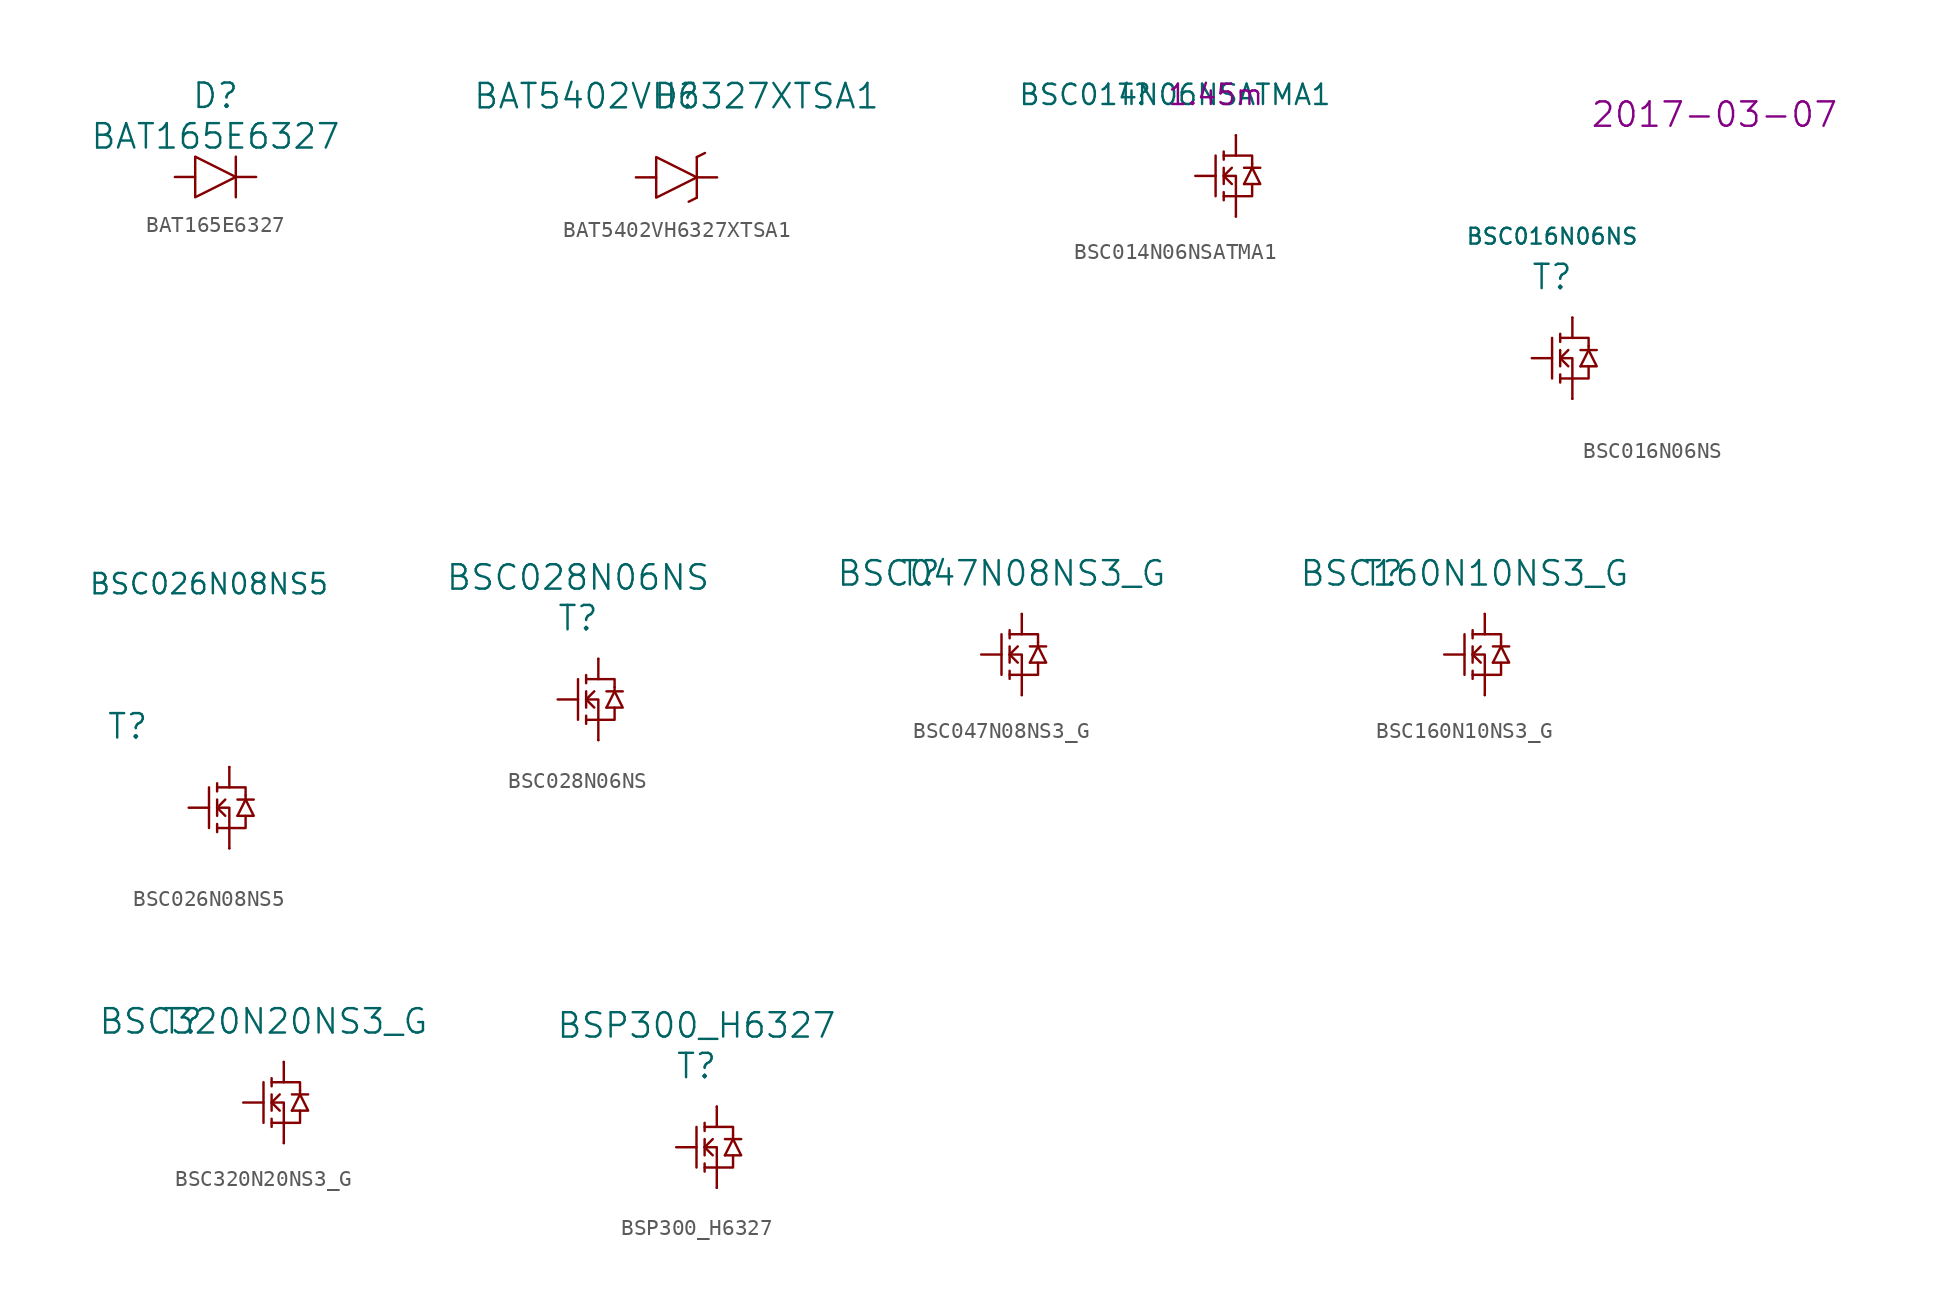
<source format=kicad_sym>
(kicad_symbol_lib
  (version 20220914)
  (generator kicad_symbol_editor)
  (symbol "BAT165E6327"
    (pin_numbers hide)
    (pin_names
      (offset 1.016) hide)
    (property "Reference" "D"
      (at 0 5.08 0)
      (effects (font (size 1.524 1.524))))
    (property "Value" "BAT165E6327"
      (at 0 2.54 0)
      (effects (font (size 1.524 1.524))))
    (property "Footprint" ""
      (at 0 0 0)
      (effects (font (size 1.524 1.524))))
    (property "Datasheet" ""
      (at 0 0 0)
      (effects (font (size 1.524 1.524))))
    (symbol "BAT165E6327_0_1"
      (polyline (pts (xy 1.27 1.27) (xy 1.27 -1.27)) (stroke (width 0) (type solid)) (fill (type none)))
      (polyline (pts (xy -1.27 0) (xy -1.27 1.27) (xy 1.27 0) (xy -1.27 -1.27) (xy -1.27 0)) (stroke (width 0) (type solid)) (fill (type none))))
    (symbol "BAT165E6327_1_1"
      (pin input line (at -2.54 0 0) (length 1.27) (name "A" (effects (font (size 1.27 1.27)))) (number "A" (effects (font (size 1.27 1.27)))))
      (pin input line (at 2.54 0 180) (length 1.27) (name "C" (effects (font (size 1.27 1.27)))) (number "C" (effects (font (size 1.27 1.27)))))))
  (symbol "BAT5402VH6327XTSA1"
    (pin_numbers hide)
    (pin_names
      (offset 1.016) hide)
    (property "Reference" "D"
      (at 0 5.08 0)
      (effects (font (size 1.524 1.524))))
    (property "Value" "BAT5402VH6327XTSA1"
      (at 0 5.08 0)
      (effects (font (size 1.524 1.524))))
    (symbol "BAT5402VH6327XTSA1_0_1"
      (polyline (pts (xy 1.27 -1.27) (xy 0.762 -1.524)) (stroke (width 0) (type solid)) (fill (type none)))
      (polyline (pts (xy 1.27 1.27) (xy 1.27 -1.27)) (stroke (width 0) (type solid)) (fill (type none)))
      (polyline (pts (xy 1.778 1.524) (xy 1.27 1.27)) (stroke (width 0) (type solid)) (fill (type none)))
      (polyline (pts (xy -1.27 0) (xy -1.27 1.27) (xy 1.27 0) (xy -1.27 -1.27) (xy -1.27 0)) (stroke (width 0) (type solid)) (fill (type none))))
    (symbol "BAT5402VH6327XTSA1_1_1"
      (pin passive line (at -2.54 0 0) (length 1.27) (name "A" (effects (font (size 1.27 1.27)))) (number "A" (effects (font (size 1.27 1.27)))))
      (pin passive line (at 2.54 0 180) (length 1.27) (name "C" (effects (font (size 1.27 1.27)))) (number "C" (effects (font (size 1.27 1.27)))))))
  (symbol "BSC014N06NSATMA1"
    (pin_numbers hide)
    (pin_names
      (offset 1.016) hide)
    (property "Reference" "T"
      (at -6.35 5.08 0)
      (effects (font (size 1.27 1.27))))
    (property "Value" "BSC014N06NSATMA1"
      (at -3.81 5.08 0)
      (effects (font (size 1.27 1.27))))
    (property "RDS" "1.45m"
      (at -1.27 5.08 0)
      (effects (font (size 1.27 1.27))))
    (symbol "BSC014N06NSATMA1_0_1"
      (polyline (pts (xy -1.27 1.27) (xy -1.27 -1.27)) (stroke (width 0) (type solid)) (fill (type none)))
      (polyline (pts (xy -0.762 -1.016) (xy -0.762 -1.524)) (stroke (width 0) (type solid)) (fill (type none)))
      (polyline (pts (xy -0.762 0) (xy -0.254 -0.508)) (stroke (width 0) (type solid)) (fill (type none)))
      (polyline (pts (xy -0.762 0) (xy -0.254 0.508)) (stroke (width 0) (type solid)) (fill (type none)))
      (polyline (pts (xy -0.762 0.508) (xy -0.762 -0.508)) (stroke (width 0) (type solid)) (fill (type none)))
      (polyline (pts (xy -0.762 1.524) (xy -0.762 1.016)) (stroke (width 0) (type solid)) (fill (type none)))
      (polyline (pts (xy 0 -1.27) (xy 0 -2.54)) (stroke (width 0) (type solid)) (fill (type none)))
      (polyline (pts (xy 0 1.27) (xy 0 2.54)) (stroke (width 0) (type solid)) (fill (type none)))
      (polyline (pts (xy 0.508 -0.508) (xy 1.016 0.508)) (stroke (width 0) (type solid)) (fill (type none)))
      (polyline (pts (xy 0.508 0.508) (xy 1.524 0.508)) (stroke (width 0) (type solid)) (fill (type none)))
      (polyline (pts (xy 1.016 0.508) (xy 1.016 0.762)) (stroke (width 0) (type solid)) (fill (type none)))
      (polyline (pts (xy -0.762 -1.27) (xy 1.016 -1.27) (xy 1.016 -0.508)) (stroke (width 0) (type solid)) (fill (type none)))
      (polyline (pts (xy -0.762 0) (xy 0 0) (xy 0 -1.27)) (stroke (width 0) (type solid)) (fill (type none)))
      (polyline (pts (xy -0.762 1.27) (xy 1.016 1.27) (xy 1.016 0.762)) (stroke (width 0) (type solid)) (fill (type none)))
      (polyline (pts (xy 0.508 -0.508) (xy 1.524 -0.508) (xy 1.016 0.508)) (stroke (width 0) (type solid)) (fill (type none))))
    (symbol "BSC014N06NSATMA1_1_1"
      (pin passive line (at 0 -2.54 0) (length 0) (name "S" (effects (font (size 1.27 1.27)))) (number "1" (effects (font (size 1.27 1.27)))))
      (pin input line (at -2.54 0 0) (length 1.27) (name "G" (effects (font (size 1.27 1.27)))) (number "4" (effects (font (size 1.27 1.27)))))
      (pin passive line (at 0 2.54 0) (length 0) (name "D" (effects (font (size 1.27 1.27)))) (number "5" (effects (font (size 1.27 1.27)))))))
  (symbol "BSC016N06NS"
    (pin_numbers hide)
    (pin_names
      (offset 1.016) hide)
    (property "Reference" "T"
      (at -1.27 5.08 0)
      (effects (font (size 1.524 1.524))))
    (property "Value" "BSC016N06NS"
      (at -1.27 7.62 0)
      (effects (font (size 0.991 0.991))))
    (property "Edit" "2017-03-07"
      (at 8.89 15.24 0)
      (effects (font (size 1.524 1.524))))
    (symbol "BSC016N06NS_0_1"
      (polyline (pts (xy -1.27 1.27) (xy -1.27 -1.27)) (stroke (width 0) (type solid)) (fill (type none)))
      (polyline (pts (xy -0.762 -1.016) (xy -0.762 -1.524)) (stroke (width 0) (type solid)) (fill (type none)))
      (polyline (pts (xy -0.762 0) (xy -0.254 -0.508)) (stroke (width 0) (type solid)) (fill (type none)))
      (polyline (pts (xy -0.762 0) (xy -0.254 0.508)) (stroke (width 0) (type solid)) (fill (type none)))
      (polyline (pts (xy -0.762 0.508) (xy -0.762 -0.508)) (stroke (width 0) (type solid)) (fill (type none)))
      (polyline (pts (xy -0.762 1.524) (xy -0.762 1.016)) (stroke (width 0) (type solid)) (fill (type none)))
      (polyline (pts (xy 0 -1.27) (xy 0 -2.54)) (stroke (width 0) (type solid)) (fill (type none)))
      (polyline (pts (xy 0 1.27) (xy 0 2.54)) (stroke (width 0) (type solid)) (fill (type none)))
      (polyline (pts (xy 0.508 -0.508) (xy 1.016 0.508)) (stroke (width 0) (type solid)) (fill (type none)))
      (polyline (pts (xy 0.508 0.508) (xy 1.524 0.508)) (stroke (width 0) (type solid)) (fill (type none)))
      (polyline (pts (xy 1.016 0.508) (xy 1.016 0.762)) (stroke (width 0) (type solid)) (fill (type none)))
      (polyline (pts (xy -0.762 -1.27) (xy 1.016 -1.27) (xy 1.016 -0.508)) (stroke (width 0) (type solid)) (fill (type none)))
      (polyline (pts (xy -0.762 0) (xy 0 0) (xy 0 -1.27)) (stroke (width 0) (type solid)) (fill (type none)))
      (polyline (pts (xy -0.762 1.27) (xy 1.016 1.27) (xy 1.016 0.762)) (stroke (width 0) (type solid)) (fill (type none)))
      (polyline (pts (xy 0.508 -0.508) (xy 1.524 -0.508) (xy 1.016 0.508)) (stroke (width 0) (type solid)) (fill (type none))))
    (symbol "BSC016N06NS_1_1"
      (pin passive line (at 0 -2.54 0) (length 0) (name "S" (effects (font (size 1.27 1.27)))) (number "1" (effects (font (size 1.27 1.27)))))
      (pin input line (at -2.54 0 0) (length 1.27) (name "G" (effects (font (size 1.27 1.27)))) (number "4" (effects (font (size 1.27 1.27)))))
      (pin input line (at 0 2.54 0) (length 0) (name "D" (effects (font (size 1.27 1.27)))) (number "5" (effects (font (size 1.27 1.27)))))))
  (symbol "BSC026N08NS5"
    (pin_numbers hide)
    (pin_names
      (offset 1.016) hide)
    (property "Reference" "T"
      (at -6.35 5.08 0)
      (effects (font (size 1.524 1.524))))
    (property "Value" "BSC026N08NS5"
      (at -1.27 13.97 0)
      (effects (font (size 1.27 1.27))))
    (symbol "BSC026N08NS5_0_1"
      (polyline (pts (xy -1.27 1.27) (xy -1.27 -1.27)) (stroke (width 0) (type solid)) (fill (type none)))
      (polyline (pts (xy -0.762 -1.016) (xy -0.762 -1.524)) (stroke (width 0) (type solid)) (fill (type none)))
      (polyline (pts (xy -0.762 0) (xy -0.254 -0.508)) (stroke (width 0) (type solid)) (fill (type none)))
      (polyline (pts (xy -0.762 0) (xy -0.254 0.508)) (stroke (width 0) (type solid)) (fill (type none)))
      (polyline (pts (xy -0.762 0.508) (xy -0.762 -0.508)) (stroke (width 0) (type solid)) (fill (type none)))
      (polyline (pts (xy -0.762 1.524) (xy -0.762 1.016)) (stroke (width 0) (type solid)) (fill (type none)))
      (polyline (pts (xy 0 -1.27) (xy 0 -2.54)) (stroke (width 0) (type solid)) (fill (type none)))
      (polyline (pts (xy 0 1.27) (xy 0 2.54)) (stroke (width 0) (type solid)) (fill (type none)))
      (polyline (pts (xy 0.508 -0.508) (xy 1.016 0.508)) (stroke (width 0) (type solid)) (fill (type none)))
      (polyline (pts (xy 0.508 0.508) (xy 1.524 0.508)) (stroke (width 0) (type solid)) (fill (type none)))
      (polyline (pts (xy 1.016 0.508) (xy 1.016 0.762)) (stroke (width 0) (type solid)) (fill (type none)))
      (polyline (pts (xy -0.762 -1.27) (xy 1.016 -1.27) (xy 1.016 -0.508)) (stroke (width 0) (type solid)) (fill (type none)))
      (polyline (pts (xy -0.762 0) (xy 0 0) (xy 0 -1.27)) (stroke (width 0) (type solid)) (fill (type none)))
      (polyline (pts (xy -0.762 1.27) (xy 1.016 1.27) (xy 1.016 0.762)) (stroke (width 0) (type solid)) (fill (type none)))
      (polyline (pts (xy 0.508 -0.508) (xy 1.524 -0.508) (xy 1.016 0.508)) (stroke (width 0) (type solid)) (fill (type none))))
    (symbol "BSC026N08NS5_1_1"
      (pin passive line (at 0 -2.54 0) (length 0) (name "S" (effects (font (size 1.27 1.27)))) (number "1" (effects (font (size 1.27 1.27)))))
      (pin input line (at -2.54 0 0) (length 1.27) (name "G" (effects (font (size 1.27 1.27)))) (number "4" (effects (font (size 1.27 1.27)))))
      (pin passive line (at 0 2.54 0) (length 0) (name "D" (effects (font (size 1.27 1.27)))) (number "5" (effects (font (size 1.27 1.27)))))))
  (symbol "BSC028N06NS"
    (pin_numbers hide)
    (pin_names
      (offset 1.016) hide)
    (property "Reference" "T"
      (at -1.27 5.08 0)
      (effects (font (size 1.524 1.524))))
    (property "Value" "BSC028N06NS"
      (at -1.27 7.62 0)
      (effects (font (size 1.524 1.524))))
    (symbol "BSC028N06NS_0_1"
      (polyline (pts (xy -1.27 1.27) (xy -1.27 -1.27)) (stroke (width 0) (type solid)) (fill (type none)))
      (polyline (pts (xy -0.762 -1.016) (xy -0.762 -1.524)) (stroke (width 0) (type solid)) (fill (type none)))
      (polyline (pts (xy -0.762 0) (xy -0.254 -0.508)) (stroke (width 0) (type solid)) (fill (type none)))
      (polyline (pts (xy -0.762 0) (xy -0.254 0.508)) (stroke (width 0) (type solid)) (fill (type none)))
      (polyline (pts (xy -0.762 0.508) (xy -0.762 -0.508)) (stroke (width 0) (type solid)) (fill (type none)))
      (polyline (pts (xy -0.762 1.524) (xy -0.762 1.016)) (stroke (width 0) (type solid)) (fill (type none)))
      (polyline (pts (xy 0 -1.27) (xy 0 -2.54)) (stroke (width 0) (type solid)) (fill (type none)))
      (polyline (pts (xy 0 1.27) (xy 0 2.54)) (stroke (width 0) (type solid)) (fill (type none)))
      (polyline (pts (xy 0.508 -0.508) (xy 1.016 0.508)) (stroke (width 0) (type solid)) (fill (type none)))
      (polyline (pts (xy 0.508 0.508) (xy 1.524 0.508)) (stroke (width 0) (type solid)) (fill (type none)))
      (polyline (pts (xy 1.016 0.508) (xy 1.016 0.762)) (stroke (width 0) (type solid)) (fill (type none)))
      (polyline (pts (xy -0.762 -1.27) (xy 1.016 -1.27) (xy 1.016 -0.508)) (stroke (width 0) (type solid)) (fill (type none)))
      (polyline (pts (xy -0.762 0) (xy 0 0) (xy 0 -1.27)) (stroke (width 0) (type solid)) (fill (type none)))
      (polyline (pts (xy -0.762 1.27) (xy 1.016 1.27) (xy 1.016 0.762)) (stroke (width 0) (type solid)) (fill (type none)))
      (polyline (pts (xy 0.508 -0.508) (xy 1.524 -0.508) (xy 1.016 0.508)) (stroke (width 0) (type solid)) (fill (type none))))
    (symbol "BSC028N06NS_1_1"
      (pin passive line (at 0 -2.54 0) (length 0) (name "S" (effects (font (size 1.27 1.27)))) (number "1" (effects (font (size 1.27 1.27)))))
      (pin input line (at -2.54 0 0) (length 1.27) (name "G" (effects (font (size 1.27 1.27)))) (number "4" (effects (font (size 1.27 1.27)))))
      (pin passive line (at 0 2.54 0) (length 0) (name "D" (effects (font (size 1.27 1.27)))) (number "5" (effects (font (size 1.27 1.27)))))))
  (symbol "BSC047N08NS3_G"
    (pin_numbers hide)
    (pin_names
      (offset 1.016) hide)
    (property "Reference" "T"
      (at -6.35 5.08 0)
      (effects (font (size 1.524 1.524))))
    (property "Value" "BSC047N08NS3_G"
      (at -1.27 5.08 0)
      (effects (font (size 1.524 1.524))))
    (symbol "BSC047N08NS3_G_0_1"
      (polyline (pts (xy -1.27 1.27) (xy -1.27 -1.27)) (stroke (width 0) (type solid)) (fill (type none)))
      (polyline (pts (xy -0.762 -1.016) (xy -0.762 -1.524)) (stroke (width 0) (type solid)) (fill (type none)))
      (polyline (pts (xy -0.762 0) (xy -0.254 -0.508)) (stroke (width 0) (type solid)) (fill (type none)))
      (polyline (pts (xy -0.762 0) (xy -0.254 0.508)) (stroke (width 0) (type solid)) (fill (type none)))
      (polyline (pts (xy -0.762 0.508) (xy -0.762 -0.508)) (stroke (width 0) (type solid)) (fill (type none)))
      (polyline (pts (xy -0.762 1.524) (xy -0.762 1.016)) (stroke (width 0) (type solid)) (fill (type none)))
      (polyline (pts (xy 0 -1.27) (xy 0 -2.54)) (stroke (width 0) (type solid)) (fill (type none)))
      (polyline (pts (xy 0 1.27) (xy 0 2.54)) (stroke (width 0) (type solid)) (fill (type none)))
      (polyline (pts (xy 0.508 -0.508) (xy 1.016 0.508)) (stroke (width 0) (type solid)) (fill (type none)))
      (polyline (pts (xy 0.508 0.508) (xy 1.524 0.508)) (stroke (width 0) (type solid)) (fill (type none)))
      (polyline (pts (xy 1.016 0.508) (xy 1.016 0.762)) (stroke (width 0) (type solid)) (fill (type none)))
      (polyline (pts (xy -0.762 -1.27) (xy 1.016 -1.27) (xy 1.016 -0.508)) (stroke (width 0) (type solid)) (fill (type none)))
      (polyline (pts (xy -0.762 0) (xy 0 0) (xy 0 -1.27)) (stroke (width 0) (type solid)) (fill (type none)))
      (polyline (pts (xy -0.762 1.27) (xy 1.016 1.27) (xy 1.016 0.762)) (stroke (width 0) (type solid)) (fill (type none)))
      (polyline (pts (xy 0.508 -0.508) (xy 1.524 -0.508) (xy 1.016 0.508)) (stroke (width 0) (type solid)) (fill (type none))))
    (symbol "BSC047N08NS3_G_1_1"
      (pin passive line (at 0 -2.54 0) (length 0) (name "S" (effects (font (size 1.27 1.27)))) (number "1" (effects (font (size 1.27 1.27)))))
      (pin input line (at -2.54 0 0) (length 1.27) (name "G" (effects (font (size 1.27 1.27)))) (number "4" (effects (font (size 1.27 1.27)))))
      (pin input line (at 0 2.54 0) (length 0) (name "D" (effects (font (size 1.27 1.27)))) (number "5" (effects (font (size 1.27 1.27)))))))
  (symbol "BSC160N10NS3_G"
    (pin_numbers hide)
    (pin_names
      (offset 1.016) hide)
    (property "Reference" "T"
      (at -6.35 5.08 0)
      (effects (font (size 1.524 1.524))))
    (property "Value" "BSC160N10NS3_G"
      (at -1.27 5.08 0)
      (effects (font (size 1.524 1.524))))
    (symbol "BSC160N10NS3_G_0_1"
      (polyline (pts (xy -1.27 1.27) (xy -1.27 -1.27)) (stroke (width 0) (type solid)) (fill (type none)))
      (polyline (pts (xy -0.762 -1.016) (xy -0.762 -1.524)) (stroke (width 0) (type solid)) (fill (type none)))
      (polyline (pts (xy -0.762 0) (xy -0.254 -0.508)) (stroke (width 0) (type solid)) (fill (type none)))
      (polyline (pts (xy -0.762 0) (xy -0.254 0.508)) (stroke (width 0) (type solid)) (fill (type none)))
      (polyline (pts (xy -0.762 0.508) (xy -0.762 -0.508)) (stroke (width 0) (type solid)) (fill (type none)))
      (polyline (pts (xy -0.762 1.524) (xy -0.762 1.016)) (stroke (width 0) (type solid)) (fill (type none)))
      (polyline (pts (xy 0 -1.27) (xy 0 -2.54)) (stroke (width 0) (type solid)) (fill (type none)))
      (polyline (pts (xy 0 1.27) (xy 0 2.54)) (stroke (width 0) (type solid)) (fill (type none)))
      (polyline (pts (xy 0.508 -0.508) (xy 1.016 0.508)) (stroke (width 0) (type solid)) (fill (type none)))
      (polyline (pts (xy 0.508 0.508) (xy 1.524 0.508)) (stroke (width 0) (type solid)) (fill (type none)))
      (polyline (pts (xy 1.016 0.508) (xy 1.016 0.762)) (stroke (width 0) (type solid)) (fill (type none)))
      (polyline (pts (xy -0.762 -1.27) (xy 1.016 -1.27) (xy 1.016 -0.508)) (stroke (width 0) (type solid)) (fill (type none)))
      (polyline (pts (xy -0.762 0) (xy 0 0) (xy 0 -1.27)) (stroke (width 0) (type solid)) (fill (type none)))
      (polyline (pts (xy -0.762 1.27) (xy 1.016 1.27) (xy 1.016 0.762)) (stroke (width 0) (type solid)) (fill (type none)))
      (polyline (pts (xy 0.508 -0.508) (xy 1.524 -0.508) (xy 1.016 0.508)) (stroke (width 0) (type solid)) (fill (type none))))
    (symbol "BSC160N10NS3_G_1_1"
      (pin passive line (at 0 -2.54 0) (length 0) (name "S" (effects (font (size 1.27 1.27)))) (number "1" (effects (font (size 1.27 1.27)))))
      (pin input line (at -2.54 0 0) (length 1.27) (name "G" (effects (font (size 1.27 1.27)))) (number "4" (effects (font (size 1.27 1.27)))))
      (pin input line (at 0 2.54 0) (length 0) (name "D" (effects (font (size 1.27 1.27)))) (number "5" (effects (font (size 1.27 1.27)))))))
  (symbol "BSC320N20NS3_G"
    (pin_numbers hide)
    (pin_names
      (offset 1.016) hide)
    (property "Reference" "T"
      (at -6.35 5.08 0)
      (effects (font (size 1.524 1.524))))
    (property "Value" "BSC320N20NS3_G"
      (at -1.27 5.08 0)
      (effects (font (size 1.524 1.524))))
    (symbol "BSC320N20NS3_G_0_1"
      (polyline (pts (xy -1.27 1.27) (xy -1.27 -1.27)) (stroke (width 0) (type solid)) (fill (type none)))
      (polyline (pts (xy -0.762 -1.016) (xy -0.762 -1.524)) (stroke (width 0) (type solid)) (fill (type none)))
      (polyline (pts (xy -0.762 0) (xy -0.254 -0.508)) (stroke (width 0) (type solid)) (fill (type none)))
      (polyline (pts (xy -0.762 0) (xy -0.254 0.508)) (stroke (width 0) (type solid)) (fill (type none)))
      (polyline (pts (xy -0.762 0.508) (xy -0.762 -0.508)) (stroke (width 0) (type solid)) (fill (type none)))
      (polyline (pts (xy -0.762 1.524) (xy -0.762 1.016)) (stroke (width 0) (type solid)) (fill (type none)))
      (polyline (pts (xy 0 -1.27) (xy 0 -2.54)) (stroke (width 0) (type solid)) (fill (type none)))
      (polyline (pts (xy 0 1.27) (xy 0 2.54)) (stroke (width 0) (type solid)) (fill (type none)))
      (polyline (pts (xy 0.508 -0.508) (xy 1.016 0.508)) (stroke (width 0) (type solid)) (fill (type none)))
      (polyline (pts (xy 0.508 0.508) (xy 1.524 0.508)) (stroke (width 0) (type solid)) (fill (type none)))
      (polyline (pts (xy 1.016 0.508) (xy 1.016 0.762)) (stroke (width 0) (type solid)) (fill (type none)))
      (polyline (pts (xy -0.762 -1.27) (xy 1.016 -1.27) (xy 1.016 -0.508)) (stroke (width 0) (type solid)) (fill (type none)))
      (polyline (pts (xy -0.762 0) (xy 0 0) (xy 0 -1.27)) (stroke (width 0) (type solid)) (fill (type none)))
      (polyline (pts (xy -0.762 1.27) (xy 1.016 1.27) (xy 1.016 0.762)) (stroke (width 0) (type solid)) (fill (type none)))
      (polyline (pts (xy 0.508 -0.508) (xy 1.524 -0.508) (xy 1.016 0.508)) (stroke (width 0) (type solid)) (fill (type none))))
    (symbol "BSC320N20NS3_G_1_1"
      (pin passive line (at 0 -2.54 0) (length 0) (name "S" (effects (font (size 1.27 1.27)))) (number "1" (effects (font (size 1.27 1.27)))))
      (pin input line (at -2.54 0 0) (length 1.27) (name "G" (effects (font (size 1.27 1.27)))) (number "4" (effects (font (size 1.27 1.27)))))
      (pin input line (at 0 2.54 0) (length 0) (name "D" (effects (font (size 1.27 1.27)))) (number "5" (effects (font (size 1.27 1.27)))))))
  (symbol "BSP300_H6327"
    (pin_numbers hide)
    (pin_names
      (offset 1.016) hide)
    (property "Reference" "T"
      (at -1.27 5.08 0)
      (effects (font (size 1.524 1.524))))
    (property "Value" "BSP300_H6327"
      (at -1.27 7.62 0)
      (effects (font (size 1.524 1.524))))
    (symbol "BSP300_H6327_0_1"
      (polyline (pts (xy -1.27 1.27) (xy -1.27 -1.27)) (stroke (width 0) (type solid)) (fill (type none)))
      (polyline (pts (xy -0.762 -1.016) (xy -0.762 -1.524)) (stroke (width 0) (type solid)) (fill (type none)))
      (polyline (pts (xy -0.762 0) (xy -0.254 -0.508)) (stroke (width 0) (type solid)) (fill (type none)))
      (polyline (pts (xy -0.762 0) (xy -0.254 0.508)) (stroke (width 0) (type solid)) (fill (type none)))
      (polyline (pts (xy -0.762 0.508) (xy -0.762 -0.508)) (stroke (width 0) (type solid)) (fill (type none)))
      (polyline (pts (xy -0.762 1.524) (xy -0.762 1.016)) (stroke (width 0) (type solid)) (fill (type none)))
      (polyline (pts (xy 0 -1.27) (xy 0 -2.54)) (stroke (width 0) (type solid)) (fill (type none)))
      (polyline (pts (xy 0 1.27) (xy 0 2.54)) (stroke (width 0) (type solid)) (fill (type none)))
      (polyline (pts (xy 0.508 -0.508) (xy 1.016 0.508)) (stroke (width 0) (type solid)) (fill (type none)))
      (polyline (pts (xy 0.508 0.508) (xy 1.524 0.508)) (stroke (width 0) (type solid)) (fill (type none)))
      (polyline (pts (xy 1.016 0.508) (xy 1.016 0.762)) (stroke (width 0) (type solid)) (fill (type none)))
      (polyline (pts (xy -0.762 -1.27) (xy 1.016 -1.27) (xy 1.016 -0.508)) (stroke (width 0) (type solid)) (fill (type none)))
      (polyline (pts (xy -0.762 0) (xy 0 0) (xy 0 -1.27)) (stroke (width 0) (type solid)) (fill (type none)))
      (polyline (pts (xy -0.762 1.27) (xy 1.016 1.27) (xy 1.016 0.762)) (stroke (width 0) (type solid)) (fill (type none)))
      (polyline (pts (xy 0.508 -0.508) (xy 1.524 -0.508) (xy 1.016 0.508)) (stroke (width 0) (type solid)) (fill (type none))))
    (symbol "BSP300_H6327_1_1"
      (pin input line (at 0 2.54 0) (length 0) (name "D" (effects (font (size 1.27 1.27)))) (number "D" (effects (font (size 1.27 1.27)))))
      (pin input line (at -2.54 0 0) (length 1.27) (name "G" (effects (font (size 1.27 1.27)))) (number "G" (effects (font (size 1.27 1.27)))))
      (pin passive line (at 0 -2.54 0) (length 0) (name "S" (effects (font (size 1.27 1.27)))) (number "S" (effects (font (size 1.27 1.27))))))))
</source>
